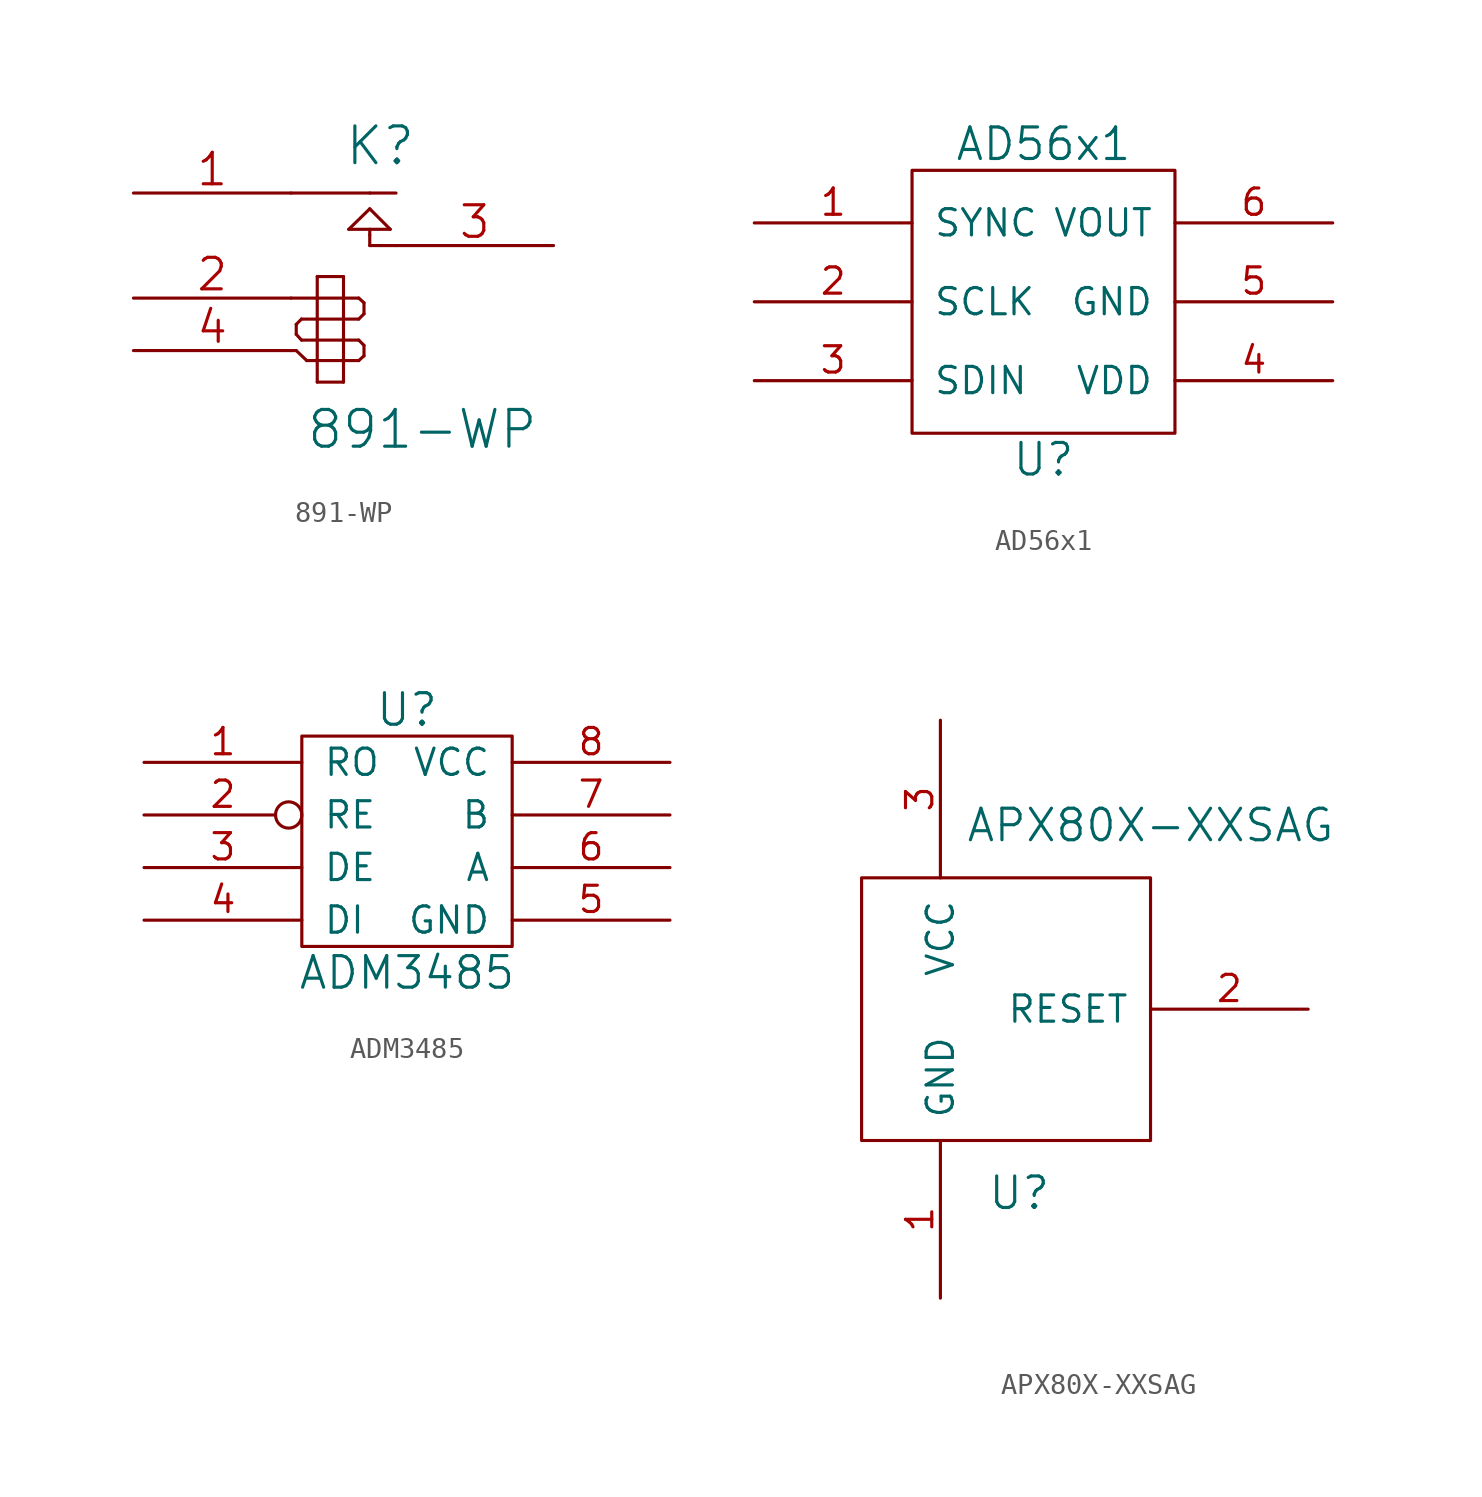
<source format=kicad_sym>
(kicad_symbol_lib
  (version 20211014)
  (generator kicad_symbol_editor)
  (symbol "891-WP"
    (pin_names
      (offset 1.016) hide)
    (property "Reference" "K"
      (at 1.778 1.016 0)
      (effects (font (size 1.778 1.778))))
    (property "Value" "891-WP"
      (at 3.81 -12.7 0)
      (effects (font (size 1.778 1.778))))
    (property "Footprint" ""
      (at 0 0 0)
      (effects (font (size 1.524 1.524))))
    (property "Datasheet" ""
      (at 0 0 0)
      (effects (font (size 1.524 1.524))))
    (symbol "891-WP_0_1"
      (polyline (pts (xy -2.54 -8.89) (xy -2.286 -8.89)) (stroke (width 0) (type default) (color 0 0 0 0)) (fill (type none)))
      (polyline (pts (xy -2.54 -6.35) (xy -1.27 -6.35)) (stroke (width 0) (type default) (color 0 0 0 0)) (fill (type none)))
      (polyline (pts (xy -2.54 -1.27) (xy 1.27 -1.27)) (stroke (width 0) (type default) (color 0 0 0 0)) (fill (type none)))
      (polyline (pts (xy -2.286 -8.89) (xy -1.778 -9.373)) (stroke (width 0) (type default) (color 0 0 0 0)) (fill (type none)))
      (polyline (pts (xy -2.286 -8.103) (xy -2.286 -7.62)) (stroke (width 0) (type default) (color 0 0 0 0)) (fill (type none)))
      (polyline (pts (xy -2.032 -8.382) (xy -2.286 -8.103)) (stroke (width 0) (type default) (color 0 0 0 0)) (fill (type none)))
      (polyline (pts (xy -2.032 -7.366) (xy -2.286 -7.62)) (stroke (width 0) (type default) (color 0 0 0 0)) (fill (type none)))
      (polyline (pts (xy -1.778 -9.373) (xy -1.27 -9.373)) (stroke (width 0) (type default) (color 0 0 0 0)) (fill (type none)))
      (polyline (pts (xy -1.27 -10.414) (xy -1.27 -5.309)) (stroke (width 0) (type default) (color 0 0 0 0)) (fill (type none)))
      (polyline (pts (xy -1.27 -8.382) (xy -2.032 -8.382)) (stroke (width 0) (type default) (color 0 0 0 0)) (fill (type none)))
      (polyline (pts (xy -1.27 -8.382) (xy 0 -8.382)) (stroke (width 0) (type default) (color 0 0 0 0)) (fill (type none)))
      (polyline (pts (xy -1.27 -7.366) (xy -2.032 -7.366)) (stroke (width 0) (type default) (color 0 0 0 0)) (fill (type none)))
      (polyline (pts (xy -1.27 -6.35) (xy 0 -6.35)) (stroke (width 0) (type default) (color 0 0 0 0)) (fill (type none)))
      (polyline (pts (xy -1.27 -5.309) (xy 0 -5.309)) (stroke (width 0) (type default) (color 0 0 0 0)) (fill (type none)))
      (polyline (pts (xy 0 -10.414) (xy -1.27 -10.414)) (stroke (width 0) (type default) (color 0 0 0 0)) (fill (type none)))
      (polyline (pts (xy 0 -9.373) (xy -1.27 -9.373)) (stroke (width 0) (type default) (color 0 0 0 0)) (fill (type none)))
      (polyline (pts (xy 0 -9.373) (xy 0.737 -9.373)) (stroke (width 0) (type default) (color 0 0 0 0)) (fill (type none)))
      (polyline (pts (xy 0 -8.382) (xy 0.737 -8.382)) (stroke (width 0) (type default) (color 0 0 0 0)) (fill (type none)))
      (polyline (pts (xy 0 -7.366) (xy -1.27 -7.366)) (stroke (width 0) (type default) (color 0 0 0 0)) (fill (type none)))
      (polyline (pts (xy 0 -7.366) (xy 0.737 -7.366)) (stroke (width 0) (type default) (color 0 0 0 0)) (fill (type none)))
      (polyline (pts (xy 0 -6.35) (xy 0.737 -6.35)) (stroke (width 0) (type default) (color 0 0 0 0)) (fill (type none)))
      (polyline (pts (xy 0 -5.309) (xy 0 -10.414)) (stroke (width 0) (type default) (color 0 0 0 0)) (fill (type none)))
      (polyline (pts (xy 0.254 -3.023) (xy 2.261 -3.023)) (stroke (width 0) (type default) (color 0 0 0 0)) (fill (type none)))
      (polyline (pts (xy 0.737 -9.373) (xy 0.991 -9.144)) (stroke (width 0) (type default) (color 0 0 0 0)) (fill (type none)))
      (polyline (pts (xy 0.737 -8.382) (xy 0.991 -8.636)) (stroke (width 0) (type default) (color 0 0 0 0)) (fill (type none)))
      (polyline (pts (xy 0.737 -7.366) (xy 0.991 -7.112)) (stroke (width 0) (type default) (color 0 0 0 0)) (fill (type none)))
      (polyline (pts (xy 0.737 -6.35) (xy 0.991 -6.579)) (stroke (width 0) (type default) (color 0 0 0 0)) (fill (type none)))
      (polyline (pts (xy 0.991 -9.144) (xy 0.991 -8.636)) (stroke (width 0) (type default) (color 0 0 0 0)) (fill (type none)))
      (polyline (pts (xy 0.991 -6.579) (xy 0.991 -7.112)) (stroke (width 0) (type default) (color 0 0 0 0)) (fill (type none)))
      (polyline (pts (xy 1.27 -3.81) (xy 1.27 -3.302)) (stroke (width 0) (type default) (color 0 0 0 0)) (fill (type none)))
      (polyline (pts (xy 1.27 -3.302) (xy 1.27 -3.023)) (stroke (width 0) (type default) (color 0 0 0 0)) (fill (type none)))
      (polyline (pts (xy 1.27 -2.032) (xy 0.254 -3.023)) (stroke (width 0) (type default) (color 0 0 0 0)) (fill (type none)))
      (polyline (pts (xy 1.27 -1.27) (xy 2.54 -1.27)) (stroke (width 0) (type default) (color 0 0 0 0)) (fill (type none)))
      (polyline (pts (xy 2.261 -3.023) (xy 1.27 -2.032)) (stroke (width 0) (type default) (color 0 0 0 0)) (fill (type none)))
      (polyline (pts (xy 2.54 -3.81) (xy 1.27 -3.81)) (stroke (width 0) (type default) (color 0 0 0 0)) (fill (type none))))
    (symbol "891-WP_1_1"
      (pin passive line (at -10.16 -1.27 0) (length 7.62) (name "C1" (effects (font (size 1.524 1.524)))) (number "1" (effects (font (size 1.524 1.524)))))
      (pin input line (at -10.16 -6.35 0) (length 7.62) (name "2" (effects (font (size 1.524 1.524)))) (number "2" (effects (font (size 1.524 1.524)))))
      (pin passive line (at 10.16 -3.81 180) (length 7.62) (name "T1" (effects (font (size 1.524 1.524)))) (number "3" (effects (font (size 1.524 1.524)))))
      (pin input line (at -10.16 -8.89 0) (length 7.62) (name "4" (effects (font (size 1.524 1.524)))) (number "4" (effects (font (size 1.524 1.524)))))))
  (symbol "AD56x1"
    (pin_names
      (offset 1.016))
    (property "Reference" "U"
      (at 0 -7.62 0)
      (effects (font (size 1.524 1.524))))
    (property "Value" "AD56x1"
      (at 0 7.62 0)
      (effects (font (size 1.524 1.524))))
    (property "Footprint" ""
      (at 0 0 0)
      (effects (font (size 1.524 1.524))))
    (property "Datasheet" ""
      (at 0 0 0)
      (effects (font (size 1.524 1.524))))
    (symbol "AD56x1_0_1"
      (rectangle (start -6.35 6.35) (end 6.35 -6.35) (stroke (width 0) (type default) (color 0 0 0 0)) (fill (type none))))
    (symbol "AD56x1_1_1"
      (pin input line (at -13.97 3.81 0) (length 7.62) (name "SYNC" (effects (font (size 1.27 1.27)))) (number "1" (effects (font (size 1.27 1.27)))))
      (pin input line (at -13.97 0 0) (length 7.62) (name "SCLK" (effects (font (size 1.27 1.27)))) (number "2" (effects (font (size 1.27 1.27)))))
      (pin input line (at -13.97 -3.81 0) (length 7.62) (name "SDIN" (effects (font (size 1.27 1.27)))) (number "3" (effects (font (size 1.27 1.27)))))
      (pin power_in line (at 13.97 -3.81 180) (length 7.62) (name "VDD" (effects (font (size 1.27 1.27)))) (number "4" (effects (font (size 1.27 1.27)))))
      (pin power_in line (at 13.97 0 180) (length 7.62) (name "GND" (effects (font (size 1.27 1.27)))) (number "5" (effects (font (size 1.27 1.27)))))
      (pin output line (at 13.97 3.81 180) (length 7.62) (name "VOUT" (effects (font (size 1.27 1.27)))) (number "6" (effects (font (size 1.27 1.27)))))))
  (symbol "ADM3485"
    (pin_names
      (offset 1.016))
    (property "Reference" "U"
      (at 0 6.35 0)
      (effects (font (size 1.524 1.524))))
    (property "Value" "ADM3485"
      (at 0 -6.35 0)
      (effects (font (size 1.524 1.524))))
    (property "Footprint" ""
      (at 0 0 0)
      (effects (font (size 1.524 1.524))))
    (property "Datasheet" ""
      (at 0 0 0)
      (effects (font (size 1.524 1.524))))
    (symbol "ADM3485_0_1"
      (rectangle (start -5.08 5.08) (end 5.08 -5.08) (stroke (width 0) (type default) (color 0 0 0 0)) (fill (type none))))
    (symbol "ADM3485_1_1"
      (pin output line (at -12.7 3.81 0) (length 7.62) (name "RO" (effects (font (size 1.27 1.27)))) (number "1" (effects (font (size 1.27 1.27)))))
      (pin input inverted (at -12.7 1.27 0) (length 7.62) (name "RE" (effects (font (size 1.27 1.27)))) (number "2" (effects (font (size 1.27 1.27)))))
      (pin input line (at -12.7 -1.27 0) (length 7.62) (name "DE" (effects (font (size 1.27 1.27)))) (number "3" (effects (font (size 1.27 1.27)))))
      (pin input line (at -12.7 -3.81 0) (length 7.62) (name "DI" (effects (font (size 1.27 1.27)))) (number "4" (effects (font (size 1.27 1.27)))))
      (pin power_in line (at 12.7 -3.81 180) (length 7.62) (name "GND" (effects (font (size 1.27 1.27)))) (number "5" (effects (font (size 1.27 1.27)))))
      (pin bidirectional line (at 12.7 -1.27 180) (length 7.62) (name "A" (effects (font (size 1.27 1.27)))) (number "6" (effects (font (size 1.27 1.27)))))
      (pin bidirectional line (at 12.7 1.27 180) (length 7.62) (name "B" (effects (font (size 1.27 1.27)))) (number "7" (effects (font (size 1.27 1.27)))))
      (pin power_in line (at 12.7 3.81 180) (length 7.62) (name "VCC" (effects (font (size 1.27 1.27)))) (number "8" (effects (font (size 1.27 1.27)))))))
  (symbol "APX80X-XXSAG"
    (pin_names
      (offset 1.016))
    (property "Reference" "U"
      (at 1.27 -8.89 0)
      (effects (font (size 1.524 1.524))))
    (property "Value" "APX80X-XXSAG"
      (at 7.62 8.89 0)
      (effects (font (size 1.524 1.524))))
    (property "Footprint" ""
      (at 0 0 0)
      (effects (font (size 1.524 1.524))))
    (property "Datasheet" ""
      (at 0 0 0)
      (effects (font (size 1.524 1.524))))
    (symbol "APX80X-XXSAG_0_1"
      (rectangle (start -6.35 6.35) (end 7.62 -6.35) (stroke (width 0) (type default) (color 0 0 0 0)) (fill (type none))))
    (symbol "APX80X-XXSAG_1_1"
      (pin power_in line (at -2.54 -13.97 90) (length 7.62) (name "GND" (effects (font (size 1.27 1.27)))) (number "1" (effects (font (size 1.27 1.27)))))
      (pin output line (at 15.24 0 180) (length 7.62) (name "RESET" (effects (font (size 1.27 1.27)))) (number "2" (effects (font (size 1.27 1.27)))))
      (pin power_in line (at -2.54 13.97 270) (length 7.62) (name "VCC" (effects (font (size 1.27 1.27)))) (number "3" (effects (font (size 1.27 1.27))))))))
</source>
